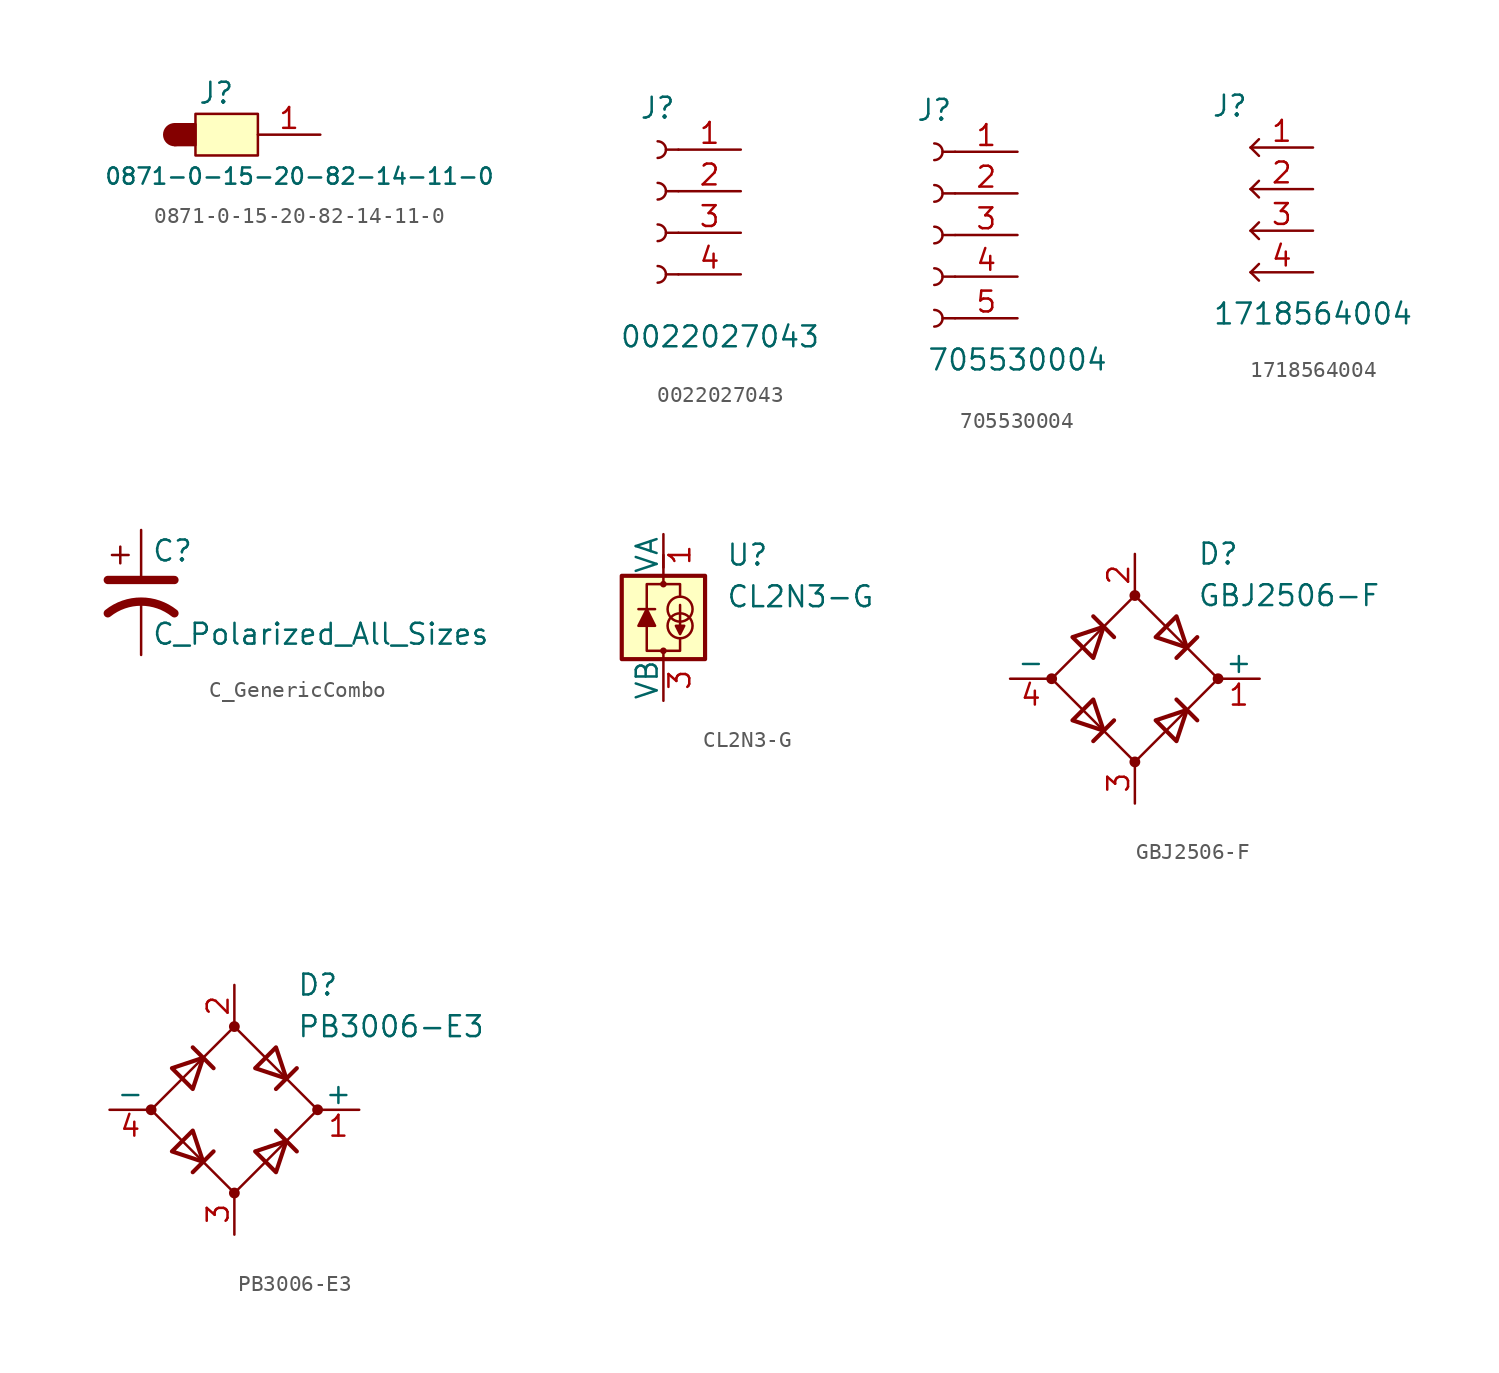
<source format=kicad_sym>
(kicad_symbol_lib
  (version 20231120)
  (generator "kicad_symbol_editor")
  (generator_version "8.0")
  (symbol "0871-0-15-20-82-14-11-0"
    (pin_names
      (offset 1.016) hide)
    (property "Reference" "J"
      (at -6.35 2.54 0)
      (effects (font (size 1.27 1.27))))
    (property "Value" "0871-0-15-20-82-14-11-0"
      (at -1.27 -2.54 0)
      (effects (font (size 0.991 0.991))))
    (symbol "0871-0-15-20-82-14-11-0_0_1"
      (circle (center -8.89 0) (radius 0.635) (stroke (width 0) (type default)) (fill (type outline)))
      (rectangle (start -7.62 -0.635) (end -8.89 0.635) (stroke (width 0) (type default)) (fill (type outline)))
      (rectangle (start -7.62 1.27) (end -3.81 -1.27) (stroke (width 0) (type default)) (fill (type background))))
    (symbol "0871-0-15-20-82-14-11-0_1_1"
      (pin passive line (at 0 0 180) (length 3.81) (name "Pin_1" (effects (font (size 1.27 1.27)))) (number "1" (effects (font (size 1.27 1.27)))))))
  (symbol "0022027043"
    (pin_names
      (offset 1.016) hide)
    (property "Reference" "J"
      (at -5.08 2.54 0)
      (effects (font (size 1.27 1.27))))
    (property "Value" "0022027043"
      (at -1.27 -11.43 0)
      (effects (font (size 1.27 1.27))))
    (symbol "0022027043_1_1"
      (arc (start -5.08 -8.128) (mid -4.5742 -7.62) (end -5.08 -7.112) (stroke (width 0.1524) (type default)) (fill (type none)))
      (arc (start -5.08 -5.588) (mid -4.5742 -5.08) (end -5.08 -4.572) (stroke (width 0.1524) (type default)) (fill (type none)))
      (arc (start -5.08 -3.048) (mid -4.5742 -2.54) (end -5.08 -2.032) (stroke (width 0.1524) (type default)) (fill (type none)))
      (arc (start -5.08 -0.508) (mid -4.5742 0) (end -5.08 0.508) (stroke (width 0.1524) (type default)) (fill (type none)))
      (polyline (pts (xy -3.81 -7.62) (xy -4.572 -7.62)) (stroke (width 0.152) (type default)) (fill (type none)))
      (polyline (pts (xy -3.81 -5.08) (xy -4.572 -5.08)) (stroke (width 0.152) (type default)) (fill (type none)))
      (polyline (pts (xy -3.81 -2.54) (xy -4.572 -2.54)) (stroke (width 0.152) (type default)) (fill (type none)))
      (polyline (pts (xy -3.81 0) (xy -4.572 0)) (stroke (width 0.152) (type default)) (fill (type none)))
      (pin passive line (at 0 0 180) (length 3.81) (name "Pin_1" (effects (font (size 1.27 1.27)))) (number "1" (effects (font (size 1.27 1.27)))))
      (pin passive line (at 0 -2.54 180) (length 3.81) (name "Pin_2" (effects (font (size 1.27 1.27)))) (number "2" (effects (font (size 1.27 1.27)))))
      (pin passive line (at 0 -5.08 180) (length 3.81) (name "Pin_3" (effects (font (size 1.27 1.27)))) (number "3" (effects (font (size 1.27 1.27)))))
      (pin passive line (at 0 -7.62 180) (length 3.81) (name "Pin_4" (effects (font (size 1.27 1.27)))) (number "4" (effects (font (size 1.27 1.27)))))))
  (symbol "705530004"
    (pin_names
      (offset 1.016) hide)
    (property "Reference" "J"
      (at -5.08 2.54 0)
      (effects (font (size 1.27 1.27))))
    (property "Value" "705530004"
      (at 0 -12.7 0)
      (effects (font (size 1.27 1.27))))
    (symbol "705530004_1_1"
      (arc (start -5.08 -10.668) (mid -4.5742 -10.16) (end -5.08 -9.652) (stroke (width 0.1524) (type default)) (fill (type none)))
      (arc (start -5.08 -8.128) (mid -4.5742 -7.62) (end -5.08 -7.112) (stroke (width 0.1524) (type default)) (fill (type none)))
      (arc (start -5.08 -5.588) (mid -4.5742 -5.08) (end -5.08 -4.572) (stroke (width 0.1524) (type default)) (fill (type none)))
      (arc (start -5.08 -3.048) (mid -4.5742 -2.54) (end -5.08 -2.032) (stroke (width 0.1524) (type default)) (fill (type none)))
      (arc (start -5.08 -0.508) (mid -4.5742 0) (end -5.08 0.508) (stroke (width 0.1524) (type default)) (fill (type none)))
      (polyline (pts (xy -3.81 -10.16) (xy -4.572 -10.16)) (stroke (width 0.152) (type default)) (fill (type none)))
      (polyline (pts (xy -3.81 -7.62) (xy -4.572 -7.62)) (stroke (width 0.152) (type default)) (fill (type none)))
      (polyline (pts (xy -3.81 -5.08) (xy -4.572 -5.08)) (stroke (width 0.152) (type default)) (fill (type none)))
      (polyline (pts (xy -3.81 -2.54) (xy -4.572 -2.54)) (stroke (width 0.152) (type default)) (fill (type none)))
      (polyline (pts (xy -3.81 0) (xy -4.572 0)) (stroke (width 0.152) (type default)) (fill (type none)))
      (pin passive line (at 0 0 180) (length 3.81) (name "Pin_1" (effects (font (size 1.27 1.27)))) (number "1" (effects (font (size 1.27 1.27)))))
      (pin passive line (at 0 -2.54 180) (length 3.81) (name "Pin_2" (effects (font (size 1.27 1.27)))) (number "2" (effects (font (size 1.27 1.27)))))
      (pin passive line (at 0 -5.08 180) (length 3.81) (name "Pin_3" (effects (font (size 1.27 1.27)))) (number "3" (effects (font (size 1.27 1.27)))))
      (pin passive line (at 0 -7.62 180) (length 3.81) (name "Pin_4" (effects (font (size 1.27 1.27)))) (number "4" (effects (font (size 1.27 1.27)))))
      (pin passive line (at 0 -10.16 180) (length 3.81) (name "Pin_5" (effects (font (size 1.27 1.27)))) (number "5" (effects (font (size 1.27 1.27)))))))
  (symbol "1718564004"
    (pin_names
      (offset 1.016) hide)
    (property "Reference" "J"
      (at -5.08 2.54 0)
      (effects (font (size 1.27 1.27))))
    (property "Value" "1718564004"
      (at 0 -10.16 0)
      (effects (font (size 1.27 1.27))))
    (symbol "1718564004_0_1"
      (polyline (pts (xy -3.81 0) (xy -3.302 -0.508)) (stroke (width 0) (type default)) (fill (type none)))
      (polyline (pts (xy -3.81 0) (xy -3.302 0.508)) (stroke (width 0) (type default)) (fill (type none))))
    (symbol "1718564004_1_1"
      (polyline (pts (xy -3.81 -7.62) (xy -3.302 -8.128)) (stroke (width 0) (type default)) (fill (type none)))
      (polyline (pts (xy -3.81 -7.62) (xy -3.302 -7.112)) (stroke (width 0) (type default)) (fill (type none)))
      (polyline (pts (xy -3.81 -5.08) (xy -3.302 -5.588)) (stroke (width 0) (type default)) (fill (type none)))
      (polyline (pts (xy -3.81 -5.08) (xy -3.302 -4.572)) (stroke (width 0) (type default)) (fill (type none)))
      (polyline (pts (xy -3.81 -2.54) (xy -3.302 -3.048)) (stroke (width 0) (type default)) (fill (type none)))
      (polyline (pts (xy -3.81 -2.54) (xy -3.302 -2.032)) (stroke (width 0) (type default)) (fill (type none)))
      (pin passive line (at 0 0 180) (length 3.81) (name "Pin_1" (effects (font (size 1.27 1.27)))) (number "1" (effects (font (size 1.27 1.27)))))
      (pin passive line (at 0 -2.54 180) (length 3.81) (name "Pin_2" (effects (font (size 1.27 1.27)))) (number "2" (effects (font (size 1.27 1.27)))))
      (pin passive line (at 0 -5.08 180) (length 3.81) (name "Pin_3" (effects (font (size 1.27 1.27)))) (number "3" (effects (font (size 1.27 1.27)))))
      (pin passive line (at 0 -7.62 180) (length 3.81) (name "Pin_4" (effects (font (size 1.27 1.27)))) (number "4" (effects (font (size 1.27 1.27)))))))
  (symbol "C_GenericCombo"
    (pin_numbers hide)
    (pin_names
      (offset 0.254) hide)
    (property "Reference" "C"
      (at 0.635 2.54 0)
      (effects (font (size 1.27 1.27)) (justify left)))
    (property "Value" "C_Polarized_All_Sizes"
      (at 0.635 -2.54 0)
      (effects (font (size 1.27 1.27)) (justify left)))
    (symbol "C_GenericCombo_0_1"
      (polyline (pts (xy -2.032 0.762) (xy 2.032 0.762)) (stroke (width 0.508) (type default)) (fill (type none)))
      (polyline (pts (xy -1.778 2.286) (xy -0.762 2.286)) (stroke (width 0) (type default)) (fill (type none)))
      (polyline (pts (xy -1.27 1.778) (xy -1.27 2.794)) (stroke (width 0) (type default)) (fill (type none)))
      (arc (start 2.032 -1.27) (mid 0 -0.5572) (end -2.032 -1.27) (stroke (width 0.508) (type default)) (fill (type none))))
    (symbol "C_GenericCombo_1_1"
      (pin passive line (at 0 3.81 270) (length 2.794) (name "~" (effects (font (size 1.27 1.27)))) (number "1" (effects (font (size 1.27 1.27)))))
      (pin passive line (at 0 -3.81 90) (length 3.302) (name "~" (effects (font (size 1.27 1.27)))) (number "2" (effects (font (size 1.27 1.27)))))))
  (symbol "CL2N3-G"
    (pin_names
      (offset 0))
    (property "Reference" "U"
      (at 3.81 3.81 0)
      (effects (font (size 1.27 1.27)) (justify left)))
    (property "Value" "CL2N3-G"
      (at 3.81 1.27 0)
      (effects (font (size 1.27 1.27)) (justify left)))
    (symbol "CL2N3-G_0_1"
      (rectangle (start -2.54 2.54) (end 2.54 -2.54) (stroke (width 0.254) (type default)) (fill (type background)))
      (circle (center 0 -2.032) (radius 0.127) (stroke (width 0) (type default)) (fill (type none)))
      (polyline (pts (xy -1.524 0.508) (xy -0.508 0.508)) (stroke (width 0) (type default)) (fill (type none)))
      (polyline (pts (xy 0 -2.032) (xy 0 -2.54)) (stroke (width 0) (type default)) (fill (type none)))
      (polyline (pts (xy 0 2.032) (xy 0 2.54)) (stroke (width 0) (type default)) (fill (type none)))
      (polyline (pts (xy 0 3.048) (xy 0 3.81)) (stroke (width 0) (type default)) (fill (type none)))
      (polyline (pts (xy -1.016 -0.508) (xy -1.016 -2.032) (xy 1.016 -2.032) (xy 1.016 -1.27)) (stroke (width 0) (type default)) (fill (type none)))
      (polyline (pts (xy -1.016 0.508) (xy -1.524 -0.508) (xy -0.508 -0.508) (xy -1.016 0.508)) (stroke (width 0) (type default)) (fill (type outline)))
      (polyline (pts (xy 1.016 1.27) (xy 1.016 2.032) (xy -1.016 2.032) (xy -1.016 0.508)) (stroke (width 0) (type default)) (fill (type none)))
      (polyline (pts (xy 1.016 0.762) (xy 1.016 -1.016) (xy 0.762 -0.508) (xy 1.27 -0.508) (xy 1.016 -1.016)) (stroke (width 0) (type default)) (fill (type outline)))
      (circle (center 0 2.032) (radius 0.127) (stroke (width 0) (type default)) (fill (type none)))
      (circle (center 1.016 -0.508) (radius 0.762) (stroke (width 0) (type default)) (fill (type none)))
      (circle (center 1.016 0.508) (radius 0.762) (stroke (width 0) (type default)) (fill (type none))))
    (symbol "CL2N3-G_1_1"
      (pin input line (at 0 5.08 270) (length 2.54) (name "VA" (effects (font (size 1.27 1.27)))) (number "1" (effects (font (size 1.27 1.27)))))
      (pin output line (at 0 -5.08 90) (length 2.54) (name "VB" (effects (font (size 1.27 1.27)))) (number "3" (effects (font (size 1.27 1.27)))))))
  (symbol "GBJ2506-F"
    (pin_names
      (offset 0))
    (property "Reference" "D"
      (at 3.81 7.62 0)
      (effects (font (size 1.27 1.27)) (justify left)))
    (property "Value" "GBJ2506-F"
      (at 3.81 5.08 0)
      (effects (font (size 1.27 1.27)) (justify left)))
    (symbol "GBJ2506-F_0_1"
      (circle (center -5.08 0) (radius 0.254) (stroke (width 0) (type default)) (fill (type outline)))
      (circle (center 0 -5.08) (radius 0.254) (stroke (width 0) (type default)) (fill (type outline)))
      (polyline (pts (xy -2.54 3.81) (xy -1.27 2.54)) (stroke (width 0.254) (type default)) (fill (type none)))
      (polyline (pts (xy -1.27 -2.54) (xy -2.54 -3.81)) (stroke (width 0.254) (type default)) (fill (type none)))
      (polyline (pts (xy 2.54 -1.27) (xy 3.81 -2.54)) (stroke (width 0.254) (type default)) (fill (type none)))
      (polyline (pts (xy 2.54 1.27) (xy 3.81 2.54)) (stroke (width 0.254) (type default)) (fill (type none)))
      (polyline (pts (xy -3.81 2.54) (xy -2.54 1.27) (xy -1.905 3.175) (xy -3.81 2.54)) (stroke (width 0.254) (type default)) (fill (type none)))
      (polyline (pts (xy -2.54 -1.27) (xy -3.81 -2.54) (xy -1.905 -3.175) (xy -2.54 -1.27)) (stroke (width 0.254) (type default)) (fill (type none)))
      (polyline (pts (xy 1.27 2.54) (xy 2.54 3.81) (xy 3.175 1.905) (xy 1.27 2.54)) (stroke (width 0.254) (type default)) (fill (type none)))
      (polyline (pts (xy 3.175 -1.905) (xy 1.27 -2.54) (xy 2.54 -3.81) (xy 3.175 -1.905)) (stroke (width 0.254) (type default)) (fill (type none)))
      (polyline (pts (xy -5.08 0) (xy 0 -5.08) (xy 5.08 0) (xy 0 5.08) (xy -5.08 0)) (stroke (width 0) (type default)) (fill (type none)))
      (circle (center 0 5.08) (radius 0.254) (stroke (width 0) (type default)) (fill (type outline)))
      (circle (center 5.08 0) (radius 0.254) (stroke (width 0) (type default)) (fill (type outline))))
    (symbol "GBJ2506-F_1_1"
      (pin passive line (at 7.62 0 180) (length 2.54) (name "+" (effects (font (size 1.27 1.27)))) (number "1" (effects (font (size 1.27 1.27)))))
      (pin passive line (at 0 7.62 270) (length 2.54) (name "~" (effects (font (size 1.27 1.27)))) (number "2" (effects (font (size 1.27 1.27)))))
      (pin passive line (at 0 -7.62 90) (length 2.54) (name "~" (effects (font (size 1.27 1.27)))) (number "3" (effects (font (size 1.27 1.27)))))
      (pin passive line (at -7.62 0 0) (length 2.54) (name "-" (effects (font (size 1.27 1.27)))) (number "4" (effects (font (size 1.27 1.27)))))))
  (symbol "PB3006-E3"
    (pin_names
      (offset 0))
    (property "Reference" "D"
      (at 3.81 7.62 0)
      (effects (font (size 1.27 1.27)) (justify left)))
    (property "Value" "PB3006-E3"
      (at 3.81 5.08 0)
      (effects (font (size 1.27 1.27)) (justify left)))
    (symbol "PB3006-E3_0_1"
      (circle (center -5.08 0) (radius 0.254) (stroke (width 0) (type default)) (fill (type outline)))
      (circle (center 0 -5.08) (radius 0.254) (stroke (width 0) (type default)) (fill (type outline)))
      (polyline (pts (xy -2.54 3.81) (xy -1.27 2.54)) (stroke (width 0.254) (type default)) (fill (type none)))
      (polyline (pts (xy -1.27 -2.54) (xy -2.54 -3.81)) (stroke (width 0.254) (type default)) (fill (type none)))
      (polyline (pts (xy 2.54 -1.27) (xy 3.81 -2.54)) (stroke (width 0.254) (type default)) (fill (type none)))
      (polyline (pts (xy 2.54 1.27) (xy 3.81 2.54)) (stroke (width 0.254) (type default)) (fill (type none)))
      (polyline (pts (xy -3.81 2.54) (xy -2.54 1.27) (xy -1.905 3.175) (xy -3.81 2.54)) (stroke (width 0.254) (type default)) (fill (type none)))
      (polyline (pts (xy -2.54 -1.27) (xy -3.81 -2.54) (xy -1.905 -3.175) (xy -2.54 -1.27)) (stroke (width 0.254) (type default)) (fill (type none)))
      (polyline (pts (xy 1.27 2.54) (xy 2.54 3.81) (xy 3.175 1.905) (xy 1.27 2.54)) (stroke (width 0.254) (type default)) (fill (type none)))
      (polyline (pts (xy 3.175 -1.905) (xy 1.27 -2.54) (xy 2.54 -3.81) (xy 3.175 -1.905)) (stroke (width 0.254) (type default)) (fill (type none)))
      (polyline (pts (xy -5.08 0) (xy 0 -5.08) (xy 5.08 0) (xy 0 5.08) (xy -5.08 0)) (stroke (width 0) (type default)) (fill (type none)))
      (circle (center 0 5.08) (radius 0.254) (stroke (width 0) (type default)) (fill (type outline)))
      (circle (center 5.08 0) (radius 0.254) (stroke (width 0) (type default)) (fill (type outline))))
    (symbol "PB3006-E3_1_1"
      (pin passive line (at 7.62 0 180) (length 2.54) (name "+" (effects (font (size 1.27 1.27)))) (number "1" (effects (font (size 1.27 1.27)))))
      (pin passive line (at 0 7.62 270) (length 2.54) (name "~" (effects (font (size 1.27 1.27)))) (number "2" (effects (font (size 1.27 1.27)))))
      (pin passive line (at 0 -7.62 90) (length 2.54) (name "~" (effects (font (size 1.27 1.27)))) (number "3" (effects (font (size 1.27 1.27)))))
      (pin passive line (at -7.62 0 0) (length 2.54) (name "-" (effects (font (size 1.27 1.27)))) (number "4" (effects (font (size 1.27 1.27))))))))
</source>
